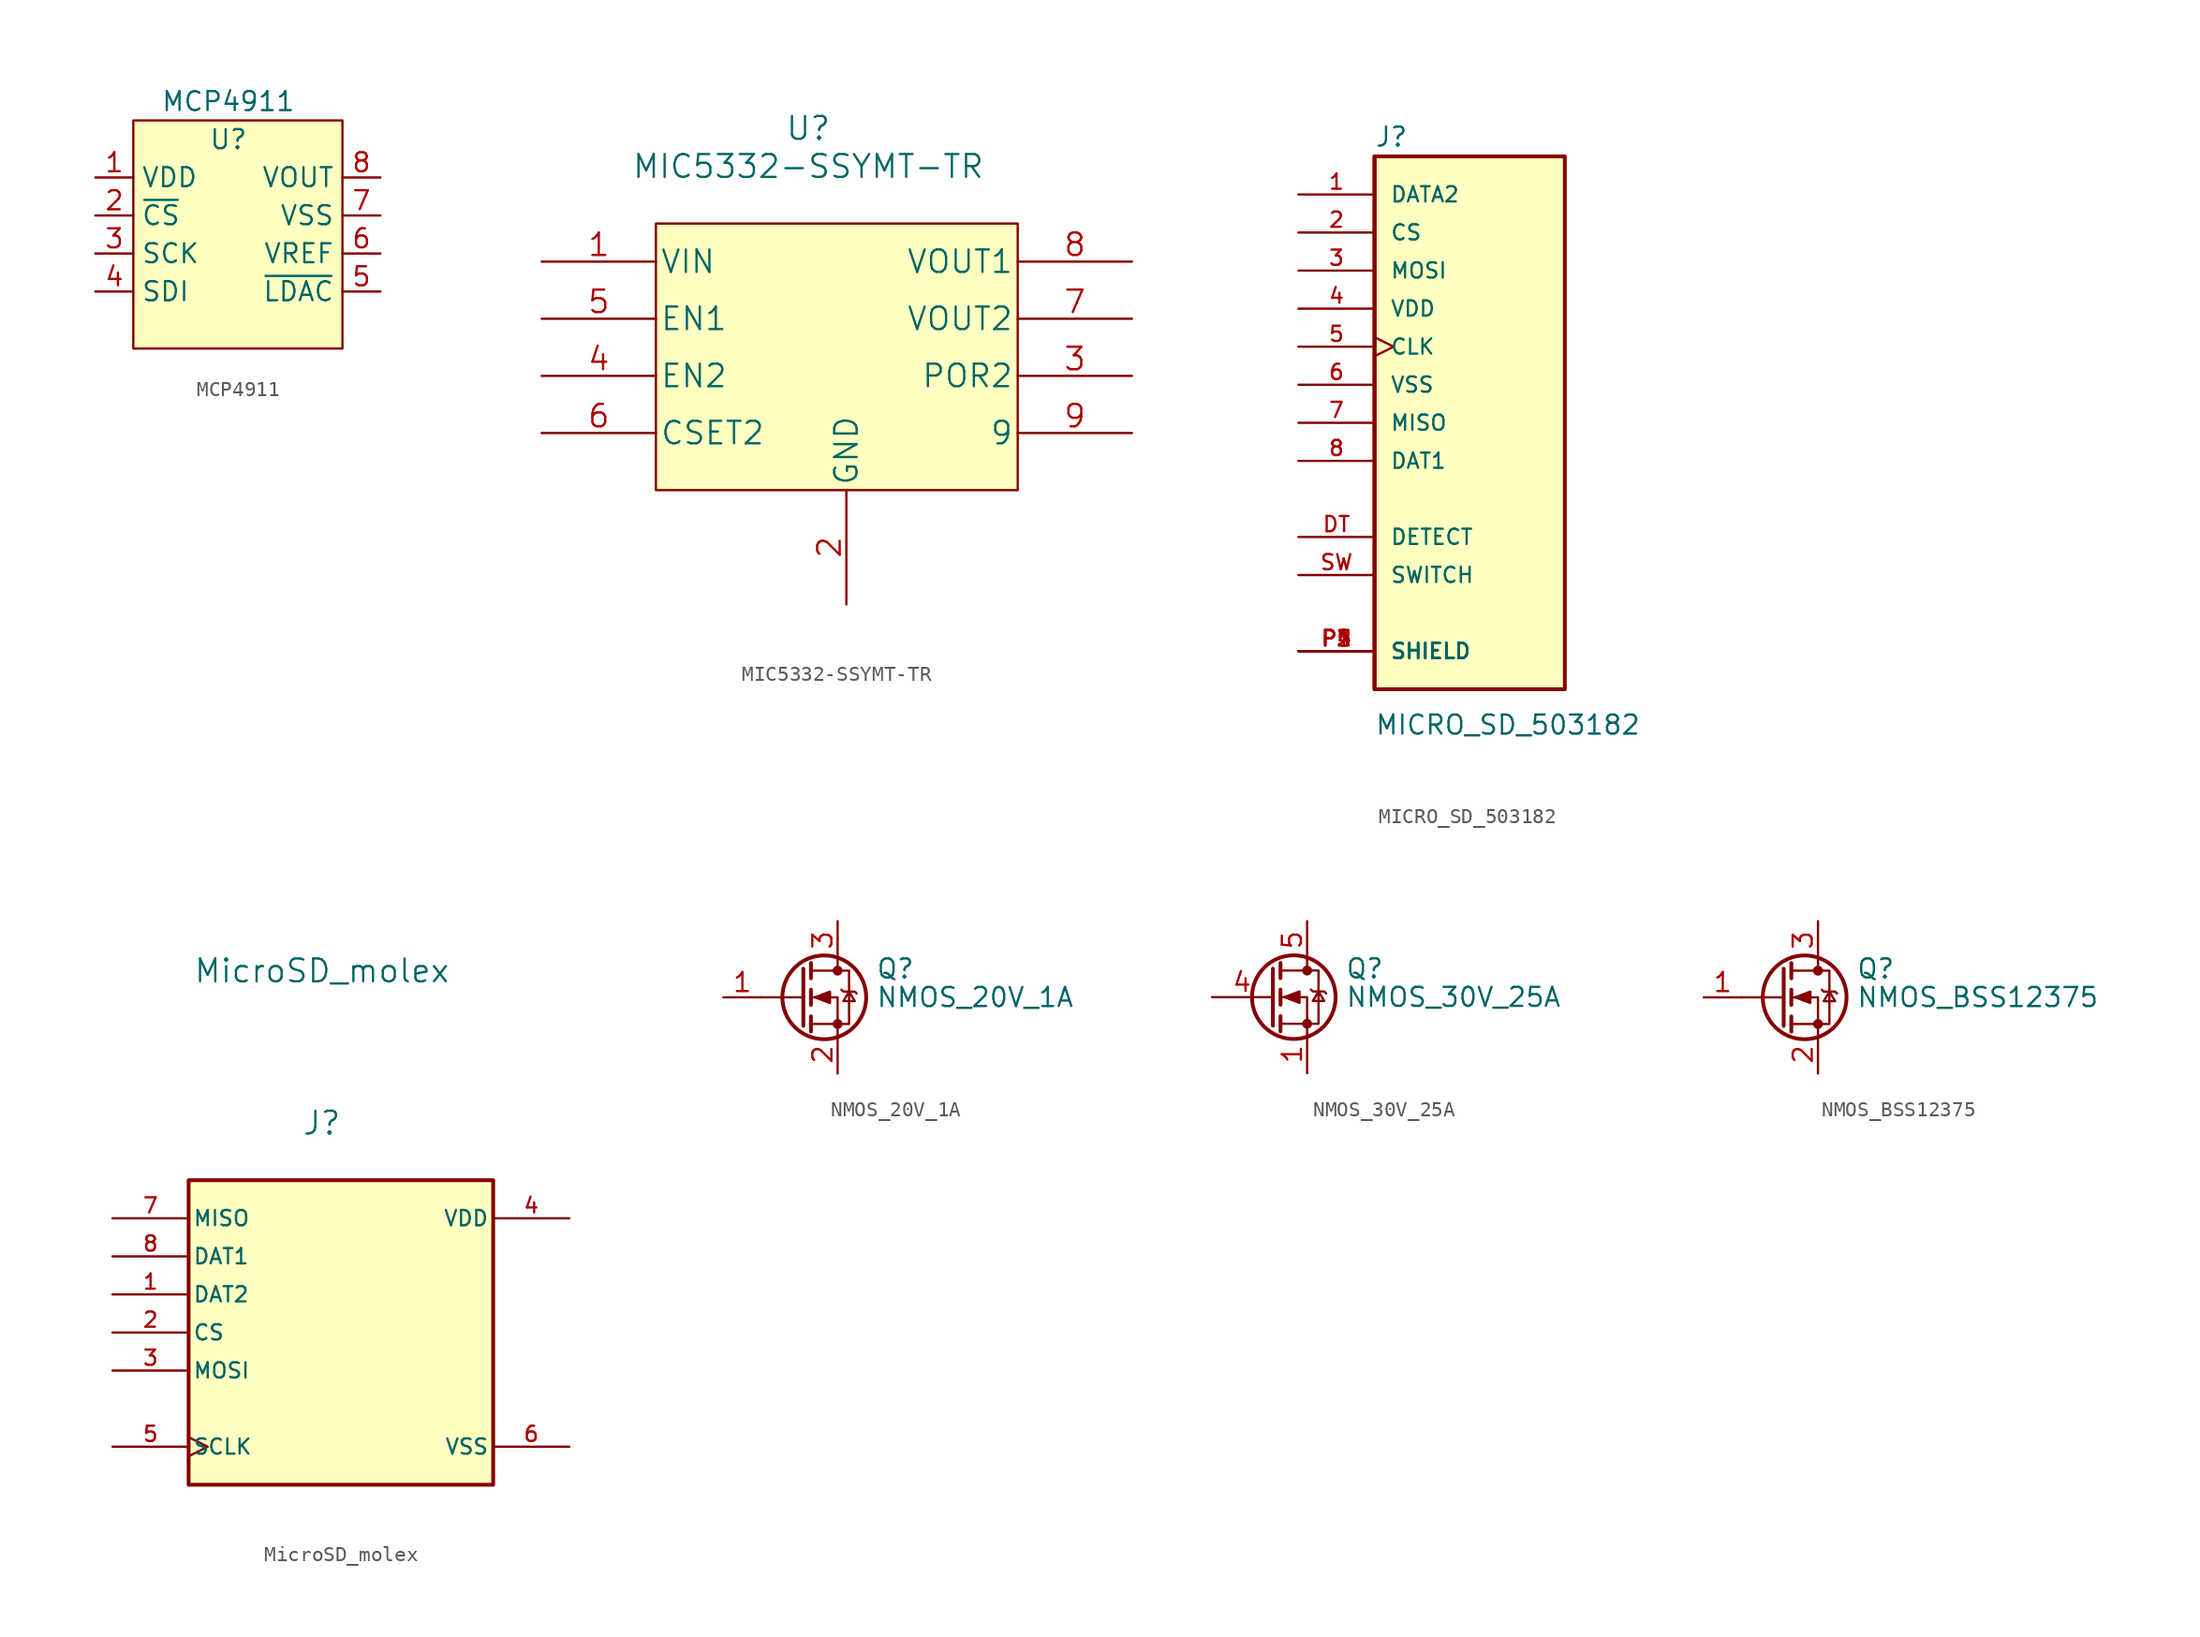
<source format=kicad_sym>
(kicad_symbol_lib
  (version 20211014)
  (generator kicad_symbol_editor)
  (symbol "MCP4911"
    (property "Reference" "U"
      (at 0 2.54 0)
      (effects (font (size 1.27 1.27))))
    (property "Value" "MCP4911"
      (at 0 5.08 0)
      (effects (font (size 1.27 1.27))))
    (symbol "MCP4911_0_1"
      (rectangle (start -6.35 3.81) (end 7.62 -11.43) (stroke (width 0) (type default) (color 0 0 0 0)) (fill (type background))))
    (symbol "MCP4911_1_1"
      (pin input line (at -8.89 0 0) (length 2.54) (name "VDD" (effects (font (size 1.27 1.27)))) (number "1" (effects (font (size 1.27 1.27)))))
      (pin input line (at -8.89 -2.54 0) (length 2.54) (name "~{CS}" (effects (font (size 1.27 1.27)))) (number "2" (effects (font (size 1.27 1.27)))))
      (pin input line (at -8.89 -5.08 0) (length 2.54) (name "SCK" (effects (font (size 1.27 1.27)))) (number "3" (effects (font (size 1.27 1.27)))))
      (pin input line (at -8.89 -7.62 0) (length 2.54) (name "SDI" (effects (font (size 1.27 1.27)))) (number "4" (effects (font (size 1.27 1.27)))))
      (pin input line (at 10.16 -7.62 180) (length 2.54) (name "~{LDAC}" (effects (font (size 1.27 1.27)))) (number "5" (effects (font (size 1.27 1.27)))))
      (pin input line (at 10.16 -5.08 180) (length 2.54) (name "VREF" (effects (font (size 1.27 1.27)))) (number "6" (effects (font (size 1.27 1.27)))))
      (pin input line (at 10.16 -2.54 180) (length 2.54) (name "VSS" (effects (font (size 1.27 1.27)))) (number "7" (effects (font (size 1.27 1.27)))))
      (pin input line (at 10.16 0 180) (length 2.54) (name "VOUT" (effects (font (size 1.27 1.27)))) (number "8" (effects (font (size 1.27 1.27)))))))
  (symbol "MIC5332-SSYMT-TR"
    (pin_names
      (offset 0.254))
    (property "Reference" "U"
      (at 33.02 10.16 0)
      (effects (font (size 1.524 1.524))))
    (property "Value" "MIC5332-SSYMT-TR"
      (at 33.02 7.62 0)
      (effects (font (size 1.524 1.524))))
    (symbol "MIC5332-SSYMT-TR_1_1"
      (rectangle (start 22.86 3.81) (end 46.99 -13.97) (stroke (width 0) (type default) (color 0 0 0 0)) (fill (type background)))
      (pin input line (at 15.24 1.27 0) (length 7.62) (name "VIN" (effects (font (size 1.499 1.499)))) (number "1" (effects (font (size 1.499 1.499)))))
      (pin power_in line (at 35.56 -21.59 90) (length 7.62) (name "GND" (effects (font (size 1.499 1.499)))) (number "2" (effects (font (size 1.499 1.499)))))
      (pin output line (at 54.61 -6.35 180) (length 7.62) (name "POR2" (effects (font (size 1.499 1.499)))) (number "3" (effects (font (size 1.499 1.499)))))
      (pin input line (at 15.24 -6.35 0) (length 7.62) (name "EN2" (effects (font (size 1.499 1.499)))) (number "4" (effects (font (size 1.499 1.499)))))
      (pin input line (at 15.24 -2.54 0) (length 7.62) (name "EN1" (effects (font (size 1.499 1.499)))) (number "5" (effects (font (size 1.499 1.499)))))
      (pin input line (at 15.24 -10.16 0) (length 7.62) (name "CSET2" (effects (font (size 1.499 1.499)))) (number "6" (effects (font (size 1.499 1.499)))))
      (pin output line (at 54.61 -2.54 180) (length 7.62) (name "VOUT2" (effects (font (size 1.499 1.499)))) (number "7" (effects (font (size 1.499 1.499)))))
      (pin output line (at 54.61 1.27 180) (length 7.62) (name "VOUT1" (effects (font (size 1.499 1.499)))) (number "8" (effects (font (size 1.499 1.499)))))
      (pin unspecified line (at 54.61 -10.16 180) (length 7.62) (name "9" (effects (font (size 1.499 1.499)))) (number "9" (effects (font (size 1.499 1.499)))))))
  (symbol "MICRO_SD_503182"
    (pin_names
      (offset 1.016))
    (property "Reference" "J"
      (at 0 18.339 0)
      (effects (font (size 1.27 1.27)) (justify left bottom)))
    (property "Value" "MICRO_SD_503182"
      (at 0 -20.904 0)
      (effects (font (size 1.27 1.27)) (justify left bottom)))
    (symbol "MICRO_SD_503182_0_0"
      (rectangle (start 0 -17.78) (end 12.7 17.78) (stroke (width 0.254) (type default) (color 0 0 0 0)) (fill (type background)))
      (polyline (pts (xy 0 17.78) (xy 0 -17.78)) (stroke (width 0.254) (type default) (color 0 0 0 0)) (fill (type none)))
      (pin bidirectional line (at -5.08 15.24 0) (length 5.08) (name "DATA2" (effects (font (size 1.016 1.016)))) (number "1" (effects (font (size 1.016 1.016)))))
      (pin bidirectional line (at -5.08 12.7 0) (length 5.08) (name "CS" (effects (font (size 1.016 1.016)))) (number "2" (effects (font (size 1.016 1.016)))))
      (pin bidirectional line (at -5.08 10.16 0) (length 5.08) (name "MOSI" (effects (font (size 1.016 1.016)))) (number "3" (effects (font (size 1.016 1.016)))))
      (pin power_in line (at -5.08 7.62 0) (length 5.08) (name "VDD" (effects (font (size 1.016 1.016)))) (number "4" (effects (font (size 1.016 1.016)))))
      (pin bidirectional clock (at -5.08 5.08 0) (length 5.08) (name "CLK" (effects (font (size 1.016 1.016)))) (number "5" (effects (font (size 1.016 1.016)))))
      (pin power_in line (at -5.08 2.54 0) (length 5.08) (name "VSS" (effects (font (size 1.016 1.016)))) (number "6" (effects (font (size 1.016 1.016)))))
      (pin bidirectional line (at -5.08 0 0) (length 5.08) (name "MISO" (effects (font (size 1.016 1.016)))) (number "7" (effects (font (size 1.016 1.016)))))
      (pin bidirectional line (at -5.08 -2.54 0) (length 5.08) (name "DAT1" (effects (font (size 1.016 1.016)))) (number "8" (effects (font (size 1.016 1.016)))))
      (pin bidirectional line (at -5.08 -7.62 0) (length 5.08) (name "DETECT" (effects (font (size 1.016 1.016)))) (number "DT" (effects (font (size 1.016 1.016)))))
      (pin passive line (at -5.08 -15.24 0) (length 5.08) (name "SHIELD" (effects (font (size 1.016 1.016)))) (number "P1" (effects (font (size 1.016 1.016)))))
      (pin passive line (at -5.08 -15.24 0) (length 5.08) (name "SHIELD" (effects (font (size 1.016 1.016)))) (number "P2" (effects (font (size 1.016 1.016)))))
      (pin passive line (at -5.08 -15.24 0) (length 5.08) (name "SHIELD" (effects (font (size 1.016 1.016)))) (number "P3" (effects (font (size 1.016 1.016)))))
      (pin passive line (at -5.08 -15.24 0) (length 5.08) (name "SHIELD" (effects (font (size 1.016 1.016)))) (number "P4" (effects (font (size 1.016 1.016)))))
      (pin passive line (at -5.08 -15.24 0) (length 5.08) (name "SHIELD" (effects (font (size 1.016 1.016)))) (number "P5" (effects (font (size 1.016 1.016)))))
      (pin bidirectional line (at -5.08 -10.16 0) (length 5.08) (name "SWITCH" (effects (font (size 1.016 1.016)))) (number "SW" (effects (font (size 1.016 1.016)))))))
  (symbol "MicroSD_molex"
    (pin_names
      (offset 0.254))
    (property "Reference" "J"
      (at 7.62 1.27 0)
      (effects (font (size 1.524 1.524))))
    (property "Value" "MicroSD_molex"
      (at 7.62 11.43 0)
      (effects (font (size 1.524 1.524))))
    (symbol "MicroSD_molex_0_0"
      (rectangle (start -1.27 -22.86) (end 19.05 -2.54) (stroke (width 0.254) (type default) (color 0 0 0 0)) (fill (type background)))
      (pin bidirectional line (at -6.35 -10.16 0) (length 5.08) (name "DAT2" (effects (font (size 1.016 1.016)))) (number "1" (effects (font (size 1.016 1.016)))))
      (pin bidirectional line (at -6.35 -12.7 0) (length 5.08) (name "CS" (effects (font (size 1.016 1.016)))) (number "2" (effects (font (size 1.016 1.016)))))
      (pin bidirectional line (at -6.35 -15.24 0) (length 5.08) (name "MOSI" (effects (font (size 1.016 1.016)))) (number "3" (effects (font (size 1.016 1.016)))))
      (pin power_in line (at 24.13 -5.08 180) (length 5.08) (name "VDD" (effects (font (size 1.016 1.016)))) (number "4" (effects (font (size 1.016 1.016)))))
      (pin bidirectional clock (at -6.35 -20.32 0) (length 5.08) (name "SCLK" (effects (font (size 1.016 1.016)))) (number "5" (effects (font (size 1.016 1.016)))))
      (pin power_in line (at 24.13 -20.32 180) (length 5.08) (name "VSS" (effects (font (size 1.016 1.016)))) (number "6" (effects (font (size 1.016 1.016)))))
      (pin bidirectional line (at -6.35 -5.08 0) (length 5.08) (name "MISO" (effects (font (size 1.016 1.016)))) (number "7" (effects (font (size 1.016 1.016)))))
      (pin bidirectional line (at -6.35 -7.62 0) (length 5.08) (name "DAT1" (effects (font (size 1.016 1.016)))) (number "8" (effects (font (size 1.016 1.016)))))))
  (symbol "NMOS_20V_1A"
    (pin_names hide)
    (property "Reference" "Q"
      (at 5.08 1.905 0)
      (effects (font (size 1.27 1.27)) (justify left)))
    (property "Value" "NMOS_20V_1A"
      (at 5.08 0 0)
      (effects (font (size 1.27 1.27)) (justify left)))
    (symbol "NMOS_20V_1A_0_1"
      (polyline (pts (xy 0.254 0) (xy -2.54 0)) (stroke (width 0) (type default) (color 0 0 0 0)) (fill (type none)))
      (polyline (pts (xy 0.254 1.905) (xy 0.254 -1.905)) (stroke (width 0.254) (type default) (color 0 0 0 0)) (fill (type none)))
      (polyline (pts (xy 0.762 -1.27) (xy 0.762 -2.286)) (stroke (width 0.254) (type default) (color 0 0 0 0)) (fill (type none)))
      (polyline (pts (xy 0.762 0.508) (xy 0.762 -0.508)) (stroke (width 0.254) (type default) (color 0 0 0 0)) (fill (type none)))
      (polyline (pts (xy 0.762 2.286) (xy 0.762 1.27)) (stroke (width 0.254) (type default) (color 0 0 0 0)) (fill (type none)))
      (polyline (pts (xy 2.54 2.54) (xy 2.54 1.778)) (stroke (width 0) (type default) (color 0 0 0 0)) (fill (type none)))
      (polyline (pts (xy 2.54 -2.54) (xy 2.54 0) (xy 0.762 0)) (stroke (width 0) (type default) (color 0 0 0 0)) (fill (type none)))
      (polyline (pts (xy 0.762 -1.778) (xy 3.302 -1.778) (xy 3.302 1.778) (xy 0.762 1.778)) (stroke (width 0) (type default) (color 0 0 0 0)) (fill (type none)))
      (polyline (pts (xy 1.016 0) (xy 2.032 0.381) (xy 2.032 -0.381) (xy 1.016 0)) (stroke (width 0) (type default) (color 0 0 0 0)) (fill (type outline)))
      (polyline (pts (xy 2.794 0.508) (xy 2.921 0.381) (xy 3.683 0.381) (xy 3.81 0.254)) (stroke (width 0) (type default) (color 0 0 0 0)) (fill (type none)))
      (polyline (pts (xy 3.302 0.381) (xy 2.921 -0.254) (xy 3.683 -0.254) (xy 3.302 0.381)) (stroke (width 0) (type default) (color 0 0 0 0)) (fill (type none)))
      (circle (center 1.651 0) (radius 2.794) (stroke (width 0.254) (type default) (color 0 0 0 0)) (fill (type none)))
      (circle (center 2.54 -1.778) (radius 0.254) (stroke (width 0) (type default) (color 0 0 0 0)) (fill (type outline)))
      (circle (center 2.54 1.778) (radius 0.254) (stroke (width 0) (type default) (color 0 0 0 0)) (fill (type outline))))
    (symbol "NMOS_20V_1A_1_1"
      (pin input line (at -5.08 0 0) (length 2.54) (name "G" (effects (font (size 1.27 1.27)))) (number "1" (effects (font (size 1.27 1.27)))))
      (pin passive line (at 2.54 -5.08 90) (length 2.54) (name "S" (effects (font (size 1.27 1.27)))) (number "2" (effects (font (size 1.27 1.27)))))
      (pin passive line (at 2.54 5.08 270) (length 2.54) (name "D" (effects (font (size 1.27 1.27)))) (number "3" (effects (font (size 1.27 1.27)))))))
  (symbol "NMOS_30V_25A"
    (pin_names hide)
    (property "Reference" "Q"
      (at 5.08 1.905 0)
      (effects (font (size 1.27 1.27)) (justify left)))
    (property "Value" "NMOS_30V_25A"
      (at 5.08 0 0)
      (effects (font (size 1.27 1.27)) (justify left)))
    (symbol "NMOS_30V_25A_0_1"
      (polyline (pts (xy 0.254 1.905) (xy 0.254 -1.905)) (stroke (width 0.254) (type default) (color 0 0 0 0)) (fill (type none)))
      (polyline (pts (xy 0.762 -1.27) (xy 0.762 -2.286)) (stroke (width 0.254) (type default) (color 0 0 0 0)) (fill (type none)))
      (polyline (pts (xy 0.762 0.508) (xy 0.762 -0.508)) (stroke (width 0.254) (type default) (color 0 0 0 0)) (fill (type none)))
      (polyline (pts (xy 0.762 2.286) (xy 0.762 1.27)) (stroke (width 0.254) (type default) (color 0 0 0 0)) (fill (type none)))
      (polyline (pts (xy 2.54 2.54) (xy 2.54 1.778)) (stroke (width 0) (type default) (color 0 0 0 0)) (fill (type none)))
      (polyline (pts (xy 2.54 -2.54) (xy 2.54 0) (xy 0.762 0)) (stroke (width 0) (type default) (color 0 0 0 0)) (fill (type none)))
      (polyline (pts (xy 0.762 -1.778) (xy 3.302 -1.778) (xy 3.302 1.778) (xy 0.762 1.778)) (stroke (width 0) (type default) (color 0 0 0 0)) (fill (type none)))
      (polyline (pts (xy 1.016 0) (xy 2.032 0.381) (xy 2.032 -0.381) (xy 1.016 0)) (stroke (width 0) (type default) (color 0 0 0 0)) (fill (type outline)))
      (polyline (pts (xy 2.794 0.508) (xy 2.921 0.381) (xy 3.683 0.381) (xy 3.81 0.254)) (stroke (width 0) (type default) (color 0 0 0 0)) (fill (type none)))
      (polyline (pts (xy 3.302 0.381) (xy 2.921 -0.254) (xy 3.683 -0.254) (xy 3.302 0.381)) (stroke (width 0) (type default) (color 0 0 0 0)) (fill (type none)))
      (circle (center 1.651 0) (radius 2.794) (stroke (width 0.254) (type default) (color 0 0 0 0)) (fill (type none)))
      (circle (center 2.54 -1.778) (radius 0.254) (stroke (width 0) (type default) (color 0 0 0 0)) (fill (type outline)))
      (circle (center 2.54 1.778) (radius 0.254) (stroke (width 0) (type default) (color 0 0 0 0)) (fill (type outline))))
    (symbol "NMOS_30V_25A_1_1"
      (pin passive line (at 2.54 -5.08 90) (length 2.54) (name "S" (effects (font (size 1.27 1.27)))) (number "1" (effects (font (size 1.27 1.27)))))
      (pin input line (at -3.81 0 0) (length 3.988) (name "G" (effects (font (size 1.27 1.27)))) (number "4" (effects (font (size 1.27 1.27)))))
      (pin passive line (at 2.54 5.08 270) (length 2.54) (name "D" (effects (font (size 1.27 1.27)))) (number "5" (effects (font (size 1.27 1.27)))))))
  (symbol "NMOS_BSS12375"
    (pin_names hide)
    (property "Reference" "Q"
      (at 5.08 1.905 0)
      (effects (font (size 1.27 1.27)) (justify left)))
    (property "Value" "NMOS_BSS12375"
      (at 5.08 0 0)
      (effects (font (size 1.27 1.27)) (justify left)))
    (symbol "NMOS_BSS12375_0_1"
      (polyline (pts (xy 0.254 0) (xy -2.54 0)) (stroke (width 0) (type default) (color 0 0 0 0)) (fill (type none)))
      (polyline (pts (xy 0.254 1.905) (xy 0.254 -1.905)) (stroke (width 0.254) (type default) (color 0 0 0 0)) (fill (type none)))
      (polyline (pts (xy 0.762 -1.27) (xy 0.762 -2.286)) (stroke (width 0.254) (type default) (color 0 0 0 0)) (fill (type none)))
      (polyline (pts (xy 0.762 0.508) (xy 0.762 -0.508)) (stroke (width 0.254) (type default) (color 0 0 0 0)) (fill (type none)))
      (polyline (pts (xy 0.762 2.286) (xy 0.762 1.27)) (stroke (width 0.254) (type default) (color 0 0 0 0)) (fill (type none)))
      (polyline (pts (xy 2.54 2.54) (xy 2.54 1.778)) (stroke (width 0) (type default) (color 0 0 0 0)) (fill (type none)))
      (polyline (pts (xy 2.54 -2.54) (xy 2.54 0) (xy 0.762 0)) (stroke (width 0) (type default) (color 0 0 0 0)) (fill (type none)))
      (polyline (pts (xy 0.762 -1.778) (xy 3.302 -1.778) (xy 3.302 1.778) (xy 0.762 1.778)) (stroke (width 0) (type default) (color 0 0 0 0)) (fill (type none)))
      (polyline (pts (xy 1.016 0) (xy 2.032 0.381) (xy 2.032 -0.381) (xy 1.016 0)) (stroke (width 0) (type default) (color 0 0 0 0)) (fill (type outline)))
      (polyline (pts (xy 2.794 0.508) (xy 2.921 0.381) (xy 3.683 0.381) (xy 3.81 0.254)) (stroke (width 0) (type default) (color 0 0 0 0)) (fill (type none)))
      (polyline (pts (xy 3.302 0.381) (xy 2.921 -0.254) (xy 3.683 -0.254) (xy 3.302 0.381)) (stroke (width 0) (type default) (color 0 0 0 0)) (fill (type none)))
      (circle (center 1.651 0) (radius 2.794) (stroke (width 0.254) (type default) (color 0 0 0 0)) (fill (type none)))
      (circle (center 2.54 -1.778) (radius 0.254) (stroke (width 0) (type default) (color 0 0 0 0)) (fill (type outline)))
      (circle (center 2.54 1.778) (radius 0.254) (stroke (width 0) (type default) (color 0 0 0 0)) (fill (type outline))))
    (symbol "NMOS_BSS12375_1_1"
      (pin input line (at -5.08 0 0) (length 2.54) (name "G" (effects (font (size 1.27 1.27)))) (number "1" (effects (font (size 1.27 1.27)))))
      (pin passive line (at 2.54 -5.08 90) (length 2.54) (name "S" (effects (font (size 1.27 1.27)))) (number "2" (effects (font (size 1.27 1.27)))))
      (pin passive line (at 2.54 5.08 270) (length 2.54) (name "D" (effects (font (size 1.27 1.27)))) (number "3" (effects (font (size 1.27 1.27))))))))
</source>
